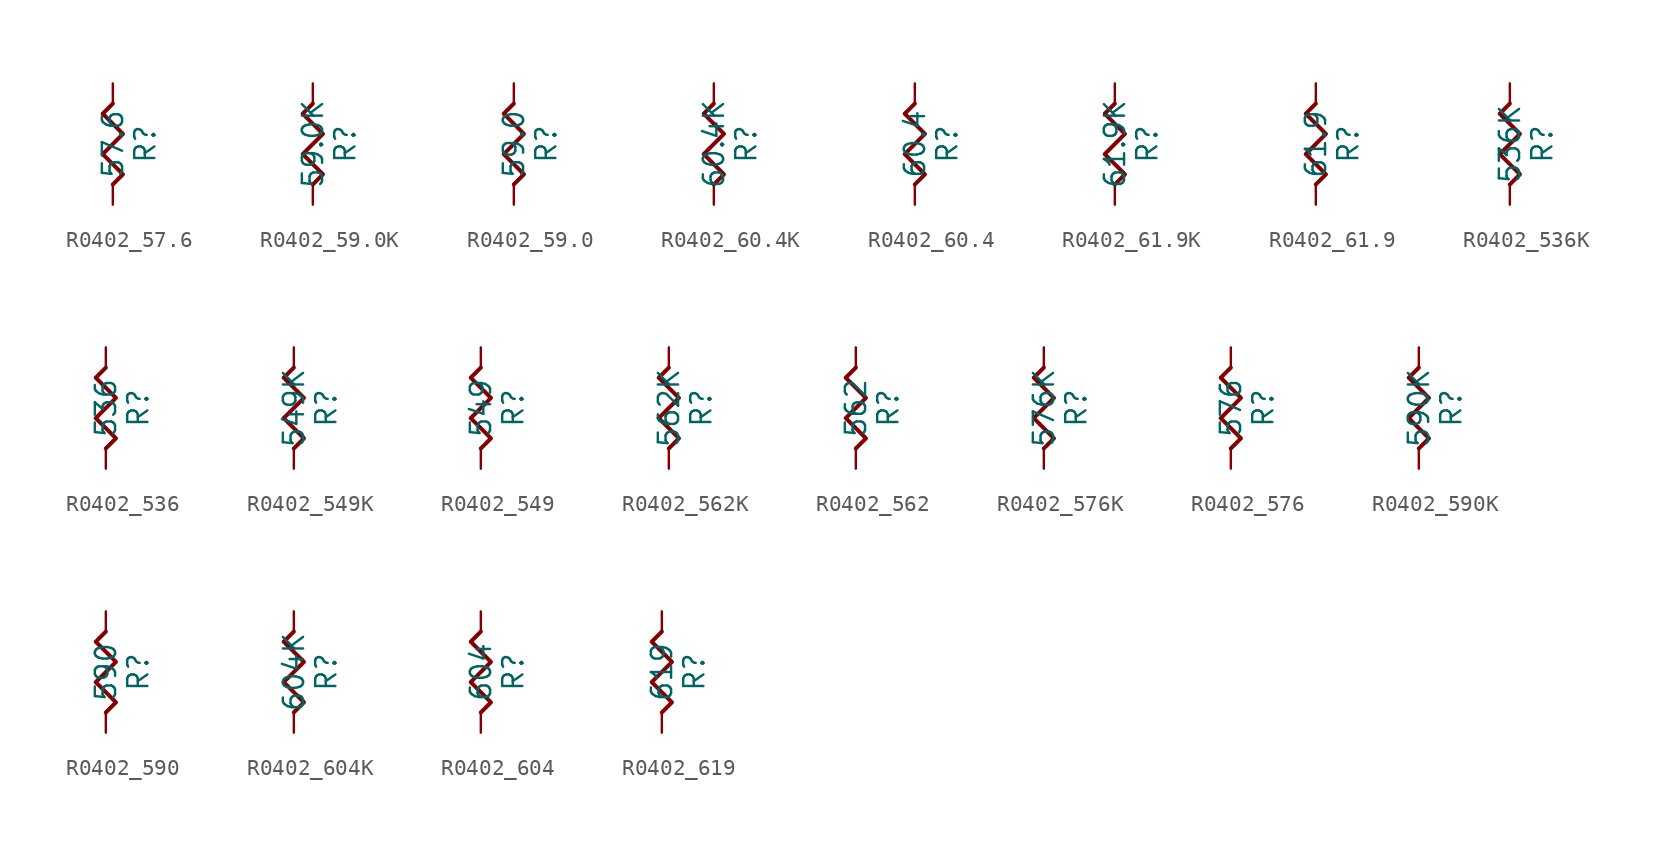
<source format=kicad_sym>
(kicad_symbol_lib
  (version 20211014)
  (generator atlantix-eda)
  (symbol "R0402_57.6"
    (pin_numbers hide)
    (pin_names
      (offset 0))
    (property "Reference" "R"
      (at 2.032 0 90)
      (effects (font (size 1.27 1.27))))
    (property "Value" "57.6"
      (at 0 0 90)
      (effects (font (size 1.27 1.27))))
    (symbol "R0402_57.6_0_1"
      (polyline (pts (xy 0 -2.54) (xy 0.635 -1.905) (xy -0.635 -0.635) (xy 0.635 0.635) (xy -0.635 1.905) (xy 0 2.54)) (stroke (width 0.254) (type default) (color 0 0 0 0)) (fill (type none))))
    (symbol "R0402_57.6_1_1"
      (pin passive line (at 0 3.81 270) (length 1.27) (name "~" (effects (font (size 1.27 1.27)))) (number "1" (effects (font (size 1.27 1.27)))))
      (pin passive line (at 0 -3.81 90) (length 1.27) (name "~" (effects (font (size 1.27 1.27)))) (number "2" (effects (font (size 1.27 1.27)))))))
  (symbol "R0402_59.0K"
    (pin_numbers hide)
    (pin_names
      (offset 0))
    (property "Reference" "R"
      (at 2.032 0 90)
      (effects (font (size 1.27 1.27))))
    (property "Value" "59.0K"
      (at 0 0 90)
      (effects (font (size 1.27 1.27))))
    (symbol "R0402_59.0K_0_1"
      (polyline (pts (xy 0 -2.54) (xy 0.635 -1.905) (xy -0.635 -0.635) (xy 0.635 0.635) (xy -0.635 1.905) (xy 0 2.54)) (stroke (width 0.254) (type default) (color 0 0 0 0)) (fill (type none))))
    (symbol "R0402_59.0K_1_1"
      (pin passive line (at 0 3.81 270) (length 1.27) (name "~" (effects (font (size 1.27 1.27)))) (number "1" (effects (font (size 1.27 1.27)))))
      (pin passive line (at 0 -3.81 90) (length 1.27) (name "~" (effects (font (size 1.27 1.27)))) (number "2" (effects (font (size 1.27 1.27)))))))
  (symbol "R0402_59.0"
    (pin_numbers hide)
    (pin_names
      (offset 0))
    (property "Reference" "R"
      (at 2.032 0 90)
      (effects (font (size 1.27 1.27))))
    (property "Value" "59.0"
      (at 0 0 90)
      (effects (font (size 1.27 1.27))))
    (symbol "R0402_59.0_0_1"
      (polyline (pts (xy 0 -2.54) (xy 0.635 -1.905) (xy -0.635 -0.635) (xy 0.635 0.635) (xy -0.635 1.905) (xy 0 2.54)) (stroke (width 0.254) (type default) (color 0 0 0 0)) (fill (type none))))
    (symbol "R0402_59.0_1_1"
      (pin passive line (at 0 3.81 270) (length 1.27) (name "~" (effects (font (size 1.27 1.27)))) (number "1" (effects (font (size 1.27 1.27)))))
      (pin passive line (at 0 -3.81 90) (length 1.27) (name "~" (effects (font (size 1.27 1.27)))) (number "2" (effects (font (size 1.27 1.27)))))))
  (symbol "R0402_60.4K"
    (pin_numbers hide)
    (pin_names
      (offset 0))
    (property "Reference" "R"
      (at 2.032 0 90)
      (effects (font (size 1.27 1.27))))
    (property "Value" "60.4K"
      (at 0 0 90)
      (effects (font (size 1.27 1.27))))
    (symbol "R0402_60.4K_0_1"
      (polyline (pts (xy 0 -2.54) (xy 0.635 -1.905) (xy -0.635 -0.635) (xy 0.635 0.635) (xy -0.635 1.905) (xy 0 2.54)) (stroke (width 0.254) (type default) (color 0 0 0 0)) (fill (type none))))
    (symbol "R0402_60.4K_1_1"
      (pin passive line (at 0 3.81 270) (length 1.27) (name "~" (effects (font (size 1.27 1.27)))) (number "1" (effects (font (size 1.27 1.27)))))
      (pin passive line (at 0 -3.81 90) (length 1.27) (name "~" (effects (font (size 1.27 1.27)))) (number "2" (effects (font (size 1.27 1.27)))))))
  (symbol "R0402_60.4"
    (pin_numbers hide)
    (pin_names
      (offset 0))
    (property "Reference" "R"
      (at 2.032 0 90)
      (effects (font (size 1.27 1.27))))
    (property "Value" "60.4"
      (at 0 0 90)
      (effects (font (size 1.27 1.27))))
    (symbol "R0402_60.4_0_1"
      (polyline (pts (xy 0 -2.54) (xy 0.635 -1.905) (xy -0.635 -0.635) (xy 0.635 0.635) (xy -0.635 1.905) (xy 0 2.54)) (stroke (width 0.254) (type default) (color 0 0 0 0)) (fill (type none))))
    (symbol "R0402_60.4_1_1"
      (pin passive line (at 0 3.81 270) (length 1.27) (name "~" (effects (font (size 1.27 1.27)))) (number "1" (effects (font (size 1.27 1.27)))))
      (pin passive line (at 0 -3.81 90) (length 1.27) (name "~" (effects (font (size 1.27 1.27)))) (number "2" (effects (font (size 1.27 1.27)))))))
  (symbol "R0402_61.9K"
    (pin_numbers hide)
    (pin_names
      (offset 0))
    (property "Reference" "R"
      (at 2.032 0 90)
      (effects (font (size 1.27 1.27))))
    (property "Value" "61.9K"
      (at 0 0 90)
      (effects (font (size 1.27 1.27))))
    (symbol "R0402_61.9K_0_1"
      (polyline (pts (xy 0 -2.54) (xy 0.635 -1.905) (xy -0.635 -0.635) (xy 0.635 0.635) (xy -0.635 1.905) (xy 0 2.54)) (stroke (width 0.254) (type default) (color 0 0 0 0)) (fill (type none))))
    (symbol "R0402_61.9K_1_1"
      (pin passive line (at 0 3.81 270) (length 1.27) (name "~" (effects (font (size 1.27 1.27)))) (number "1" (effects (font (size 1.27 1.27)))))
      (pin passive line (at 0 -3.81 90) (length 1.27) (name "~" (effects (font (size 1.27 1.27)))) (number "2" (effects (font (size 1.27 1.27)))))))
  (symbol "R0402_61.9"
    (pin_numbers hide)
    (pin_names
      (offset 0))
    (property "Reference" "R"
      (at 2.032 0 90)
      (effects (font (size 1.27 1.27))))
    (property "Value" "61.9"
      (at 0 0 90)
      (effects (font (size 1.27 1.27))))
    (symbol "R0402_61.9_0_1"
      (polyline (pts (xy 0 -2.54) (xy 0.635 -1.905) (xy -0.635 -0.635) (xy 0.635 0.635) (xy -0.635 1.905) (xy 0 2.54)) (stroke (width 0.254) (type default) (color 0 0 0 0)) (fill (type none))))
    (symbol "R0402_61.9_1_1"
      (pin passive line (at 0 3.81 270) (length 1.27) (name "~" (effects (font (size 1.27 1.27)))) (number "1" (effects (font (size 1.27 1.27)))))
      (pin passive line (at 0 -3.81 90) (length 1.27) (name "~" (effects (font (size 1.27 1.27)))) (number "2" (effects (font (size 1.27 1.27)))))))
  (symbol "R0402_536K"
    (pin_numbers hide)
    (pin_names
      (offset 0))
    (property "Reference" "R"
      (at 2.032 0 90)
      (effects (font (size 1.27 1.27))))
    (property "Value" "536K"
      (at 0 0 90)
      (effects (font (size 1.27 1.27))))
    (symbol "R0402_536K_0_1"
      (polyline (pts (xy 0 -2.54) (xy 0.635 -1.905) (xy -0.635 -0.635) (xy 0.635 0.635) (xy -0.635 1.905) (xy 0 2.54)) (stroke (width 0.254) (type default) (color 0 0 0 0)) (fill (type none))))
    (symbol "R0402_536K_1_1"
      (pin passive line (at 0 3.81 270) (length 1.27) (name "~" (effects (font (size 1.27 1.27)))) (number "1" (effects (font (size 1.27 1.27)))))
      (pin passive line (at 0 -3.81 90) (length 1.27) (name "~" (effects (font (size 1.27 1.27)))) (number "2" (effects (font (size 1.27 1.27)))))))
  (symbol "R0402_536"
    (pin_numbers hide)
    (pin_names
      (offset 0))
    (property "Reference" "R"
      (at 2.032 0 90)
      (effects (font (size 1.27 1.27))))
    (property "Value" "536"
      (at 0 0 90)
      (effects (font (size 1.27 1.27))))
    (symbol "R0402_536_0_1"
      (polyline (pts (xy 0 -2.54) (xy 0.635 -1.905) (xy -0.635 -0.635) (xy 0.635 0.635) (xy -0.635 1.905) (xy 0 2.54)) (stroke (width 0.254) (type default) (color 0 0 0 0)) (fill (type none))))
    (symbol "R0402_536_1_1"
      (pin passive line (at 0 3.81 270) (length 1.27) (name "~" (effects (font (size 1.27 1.27)))) (number "1" (effects (font (size 1.27 1.27)))))
      (pin passive line (at 0 -3.81 90) (length 1.27) (name "~" (effects (font (size 1.27 1.27)))) (number "2" (effects (font (size 1.27 1.27)))))))
  (symbol "R0402_549K"
    (pin_numbers hide)
    (pin_names
      (offset 0))
    (property "Reference" "R"
      (at 2.032 0 90)
      (effects (font (size 1.27 1.27))))
    (property "Value" "549K"
      (at 0 0 90)
      (effects (font (size 1.27 1.27))))
    (symbol "R0402_549K_0_1"
      (polyline (pts (xy 0 -2.54) (xy 0.635 -1.905) (xy -0.635 -0.635) (xy 0.635 0.635) (xy -0.635 1.905) (xy 0 2.54)) (stroke (width 0.254) (type default) (color 0 0 0 0)) (fill (type none))))
    (symbol "R0402_549K_1_1"
      (pin passive line (at 0 3.81 270) (length 1.27) (name "~" (effects (font (size 1.27 1.27)))) (number "1" (effects (font (size 1.27 1.27)))))
      (pin passive line (at 0 -3.81 90) (length 1.27) (name "~" (effects (font (size 1.27 1.27)))) (number "2" (effects (font (size 1.27 1.27)))))))
  (symbol "R0402_549"
    (pin_numbers hide)
    (pin_names
      (offset 0))
    (property "Reference" "R"
      (at 2.032 0 90)
      (effects (font (size 1.27 1.27))))
    (property "Value" "549"
      (at 0 0 90)
      (effects (font (size 1.27 1.27))))
    (symbol "R0402_549_0_1"
      (polyline (pts (xy 0 -2.54) (xy 0.635 -1.905) (xy -0.635 -0.635) (xy 0.635 0.635) (xy -0.635 1.905) (xy 0 2.54)) (stroke (width 0.254) (type default) (color 0 0 0 0)) (fill (type none))))
    (symbol "R0402_549_1_1"
      (pin passive line (at 0 3.81 270) (length 1.27) (name "~" (effects (font (size 1.27 1.27)))) (number "1" (effects (font (size 1.27 1.27)))))
      (pin passive line (at 0 -3.81 90) (length 1.27) (name "~" (effects (font (size 1.27 1.27)))) (number "2" (effects (font (size 1.27 1.27)))))))
  (symbol "R0402_562K"
    (pin_numbers hide)
    (pin_names
      (offset 0))
    (property "Reference" "R"
      (at 2.032 0 90)
      (effects (font (size 1.27 1.27))))
    (property "Value" "562K"
      (at 0 0 90)
      (effects (font (size 1.27 1.27))))
    (symbol "R0402_562K_0_1"
      (polyline (pts (xy 0 -2.54) (xy 0.635 -1.905) (xy -0.635 -0.635) (xy 0.635 0.635) (xy -0.635 1.905) (xy 0 2.54)) (stroke (width 0.254) (type default) (color 0 0 0 0)) (fill (type none))))
    (symbol "R0402_562K_1_1"
      (pin passive line (at 0 3.81 270) (length 1.27) (name "~" (effects (font (size 1.27 1.27)))) (number "1" (effects (font (size 1.27 1.27)))))
      (pin passive line (at 0 -3.81 90) (length 1.27) (name "~" (effects (font (size 1.27 1.27)))) (number "2" (effects (font (size 1.27 1.27)))))))
  (symbol "R0402_562"
    (pin_numbers hide)
    (pin_names
      (offset 0))
    (property "Reference" "R"
      (at 2.032 0 90)
      (effects (font (size 1.27 1.27))))
    (property "Value" "562"
      (at 0 0 90)
      (effects (font (size 1.27 1.27))))
    (symbol "R0402_562_0_1"
      (polyline (pts (xy 0 -2.54) (xy 0.635 -1.905) (xy -0.635 -0.635) (xy 0.635 0.635) (xy -0.635 1.905) (xy 0 2.54)) (stroke (width 0.254) (type default) (color 0 0 0 0)) (fill (type none))))
    (symbol "R0402_562_1_1"
      (pin passive line (at 0 3.81 270) (length 1.27) (name "~" (effects (font (size 1.27 1.27)))) (number "1" (effects (font (size 1.27 1.27)))))
      (pin passive line (at 0 -3.81 90) (length 1.27) (name "~" (effects (font (size 1.27 1.27)))) (number "2" (effects (font (size 1.27 1.27)))))))
  (symbol "R0402_576K"
    (pin_numbers hide)
    (pin_names
      (offset 0))
    (property "Reference" "R"
      (at 2.032 0 90)
      (effects (font (size 1.27 1.27))))
    (property "Value" "576K"
      (at 0 0 90)
      (effects (font (size 1.27 1.27))))
    (symbol "R0402_576K_0_1"
      (polyline (pts (xy 0 -2.54) (xy 0.635 -1.905) (xy -0.635 -0.635) (xy 0.635 0.635) (xy -0.635 1.905) (xy 0 2.54)) (stroke (width 0.254) (type default) (color 0 0 0 0)) (fill (type none))))
    (symbol "R0402_576K_1_1"
      (pin passive line (at 0 3.81 270) (length 1.27) (name "~" (effects (font (size 1.27 1.27)))) (number "1" (effects (font (size 1.27 1.27)))))
      (pin passive line (at 0 -3.81 90) (length 1.27) (name "~" (effects (font (size 1.27 1.27)))) (number "2" (effects (font (size 1.27 1.27)))))))
  (symbol "R0402_576"
    (pin_numbers hide)
    (pin_names
      (offset 0))
    (property "Reference" "R"
      (at 2.032 0 90)
      (effects (font (size 1.27 1.27))))
    (property "Value" "576"
      (at 0 0 90)
      (effects (font (size 1.27 1.27))))
    (symbol "R0402_576_0_1"
      (polyline (pts (xy 0 -2.54) (xy 0.635 -1.905) (xy -0.635 -0.635) (xy 0.635 0.635) (xy -0.635 1.905) (xy 0 2.54)) (stroke (width 0.254) (type default) (color 0 0 0 0)) (fill (type none))))
    (symbol "R0402_576_1_1"
      (pin passive line (at 0 3.81 270) (length 1.27) (name "~" (effects (font (size 1.27 1.27)))) (number "1" (effects (font (size 1.27 1.27)))))
      (pin passive line (at 0 -3.81 90) (length 1.27) (name "~" (effects (font (size 1.27 1.27)))) (number "2" (effects (font (size 1.27 1.27)))))))
  (symbol "R0402_590K"
    (pin_numbers hide)
    (pin_names
      (offset 0))
    (property "Reference" "R"
      (at 2.032 0 90)
      (effects (font (size 1.27 1.27))))
    (property "Value" "590K"
      (at 0 0 90)
      (effects (font (size 1.27 1.27))))
    (symbol "R0402_590K_0_1"
      (polyline (pts (xy 0 -2.54) (xy 0.635 -1.905) (xy -0.635 -0.635) (xy 0.635 0.635) (xy -0.635 1.905) (xy 0 2.54)) (stroke (width 0.254) (type default) (color 0 0 0 0)) (fill (type none))))
    (symbol "R0402_590K_1_1"
      (pin passive line (at 0 3.81 270) (length 1.27) (name "~" (effects (font (size 1.27 1.27)))) (number "1" (effects (font (size 1.27 1.27)))))
      (pin passive line (at 0 -3.81 90) (length 1.27) (name "~" (effects (font (size 1.27 1.27)))) (number "2" (effects (font (size 1.27 1.27)))))))
  (symbol "R0402_590"
    (pin_numbers hide)
    (pin_names
      (offset 0))
    (property "Reference" "R"
      (at 2.032 0 90)
      (effects (font (size 1.27 1.27))))
    (property "Value" "590"
      (at 0 0 90)
      (effects (font (size 1.27 1.27))))
    (symbol "R0402_590_0_1"
      (polyline (pts (xy 0 -2.54) (xy 0.635 -1.905) (xy -0.635 -0.635) (xy 0.635 0.635) (xy -0.635 1.905) (xy 0 2.54)) (stroke (width 0.254) (type default) (color 0 0 0 0)) (fill (type none))))
    (symbol "R0402_590_1_1"
      (pin passive line (at 0 3.81 270) (length 1.27) (name "~" (effects (font (size 1.27 1.27)))) (number "1" (effects (font (size 1.27 1.27)))))
      (pin passive line (at 0 -3.81 90) (length 1.27) (name "~" (effects (font (size 1.27 1.27)))) (number "2" (effects (font (size 1.27 1.27)))))))
  (symbol "R0402_604K"
    (pin_numbers hide)
    (pin_names
      (offset 0))
    (property "Reference" "R"
      (at 2.032 0 90)
      (effects (font (size 1.27 1.27))))
    (property "Value" "604K"
      (at 0 0 90)
      (effects (font (size 1.27 1.27))))
    (symbol "R0402_604K_0_1"
      (polyline (pts (xy 0 -2.54) (xy 0.635 -1.905) (xy -0.635 -0.635) (xy 0.635 0.635) (xy -0.635 1.905) (xy 0 2.54)) (stroke (width 0.254) (type default) (color 0 0 0 0)) (fill (type none))))
    (symbol "R0402_604K_1_1"
      (pin passive line (at 0 3.81 270) (length 1.27) (name "~" (effects (font (size 1.27 1.27)))) (number "1" (effects (font (size 1.27 1.27)))))
      (pin passive line (at 0 -3.81 90) (length 1.27) (name "~" (effects (font (size 1.27 1.27)))) (number "2" (effects (font (size 1.27 1.27)))))))
  (symbol "R0402_604"
    (pin_numbers hide)
    (pin_names
      (offset 0))
    (property "Reference" "R"
      (at 2.032 0 90)
      (effects (font (size 1.27 1.27))))
    (property "Value" "604"
      (at 0 0 90)
      (effects (font (size 1.27 1.27))))
    (symbol "R0402_604_0_1"
      (polyline (pts (xy 0 -2.54) (xy 0.635 -1.905) (xy -0.635 -0.635) (xy 0.635 0.635) (xy -0.635 1.905) (xy 0 2.54)) (stroke (width 0.254) (type default) (color 0 0 0 0)) (fill (type none))))
    (symbol "R0402_604_1_1"
      (pin passive line (at 0 3.81 270) (length 1.27) (name "~" (effects (font (size 1.27 1.27)))) (number "1" (effects (font (size 1.27 1.27)))))
      (pin passive line (at 0 -3.81 90) (length 1.27) (name "~" (effects (font (size 1.27 1.27)))) (number "2" (effects (font (size 1.27 1.27)))))))
  (symbol "R0402_619"
    (pin_numbers hide)
    (pin_names
      (offset 0))
    (property "Reference" "R"
      (at 2.032 0 90)
      (effects (font (size 1.27 1.27))))
    (property "Value" "619"
      (at 0 0 90)
      (effects (font (size 1.27 1.27))))
    (symbol "R0402_619_0_1"
      (polyline (pts (xy 0 -2.54) (xy 0.635 -1.905) (xy -0.635 -0.635) (xy 0.635 0.635) (xy -0.635 1.905) (xy 0 2.54)) (stroke (width 0.254) (type default) (color 0 0 0 0)) (fill (type none))))
    (symbol "R0402_619_1_1"
      (pin passive line (at 0 3.81 270) (length 1.27) (name "~" (effects (font (size 1.27 1.27)))) (number "1" (effects (font (size 1.27 1.27)))))
      (pin passive line (at 0 -3.81 90) (length 1.27) (name "~" (effects (font (size 1.27 1.27)))) (number "2" (effects (font (size 1.27 1.27))))))))
</source>
